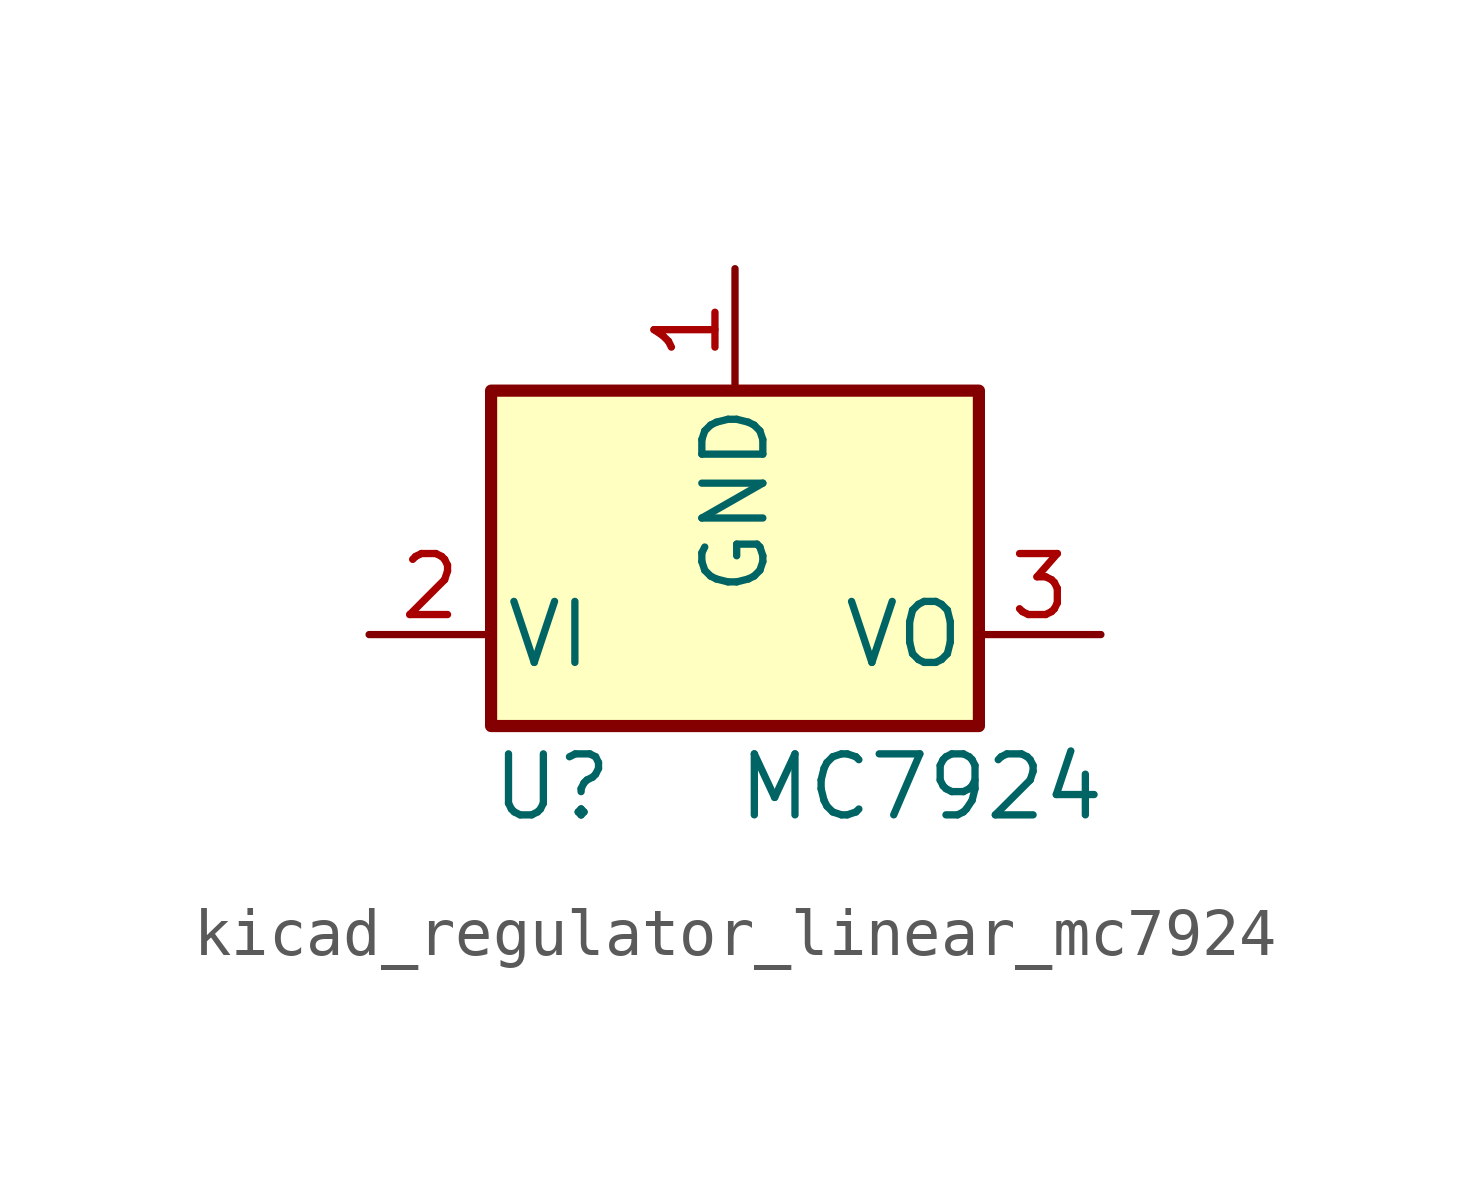
<source format=kicad_sym>
(kicad_symbol_lib
  (version 20220914)
  (generator kicad_symbol_editor)
  (symbol "kicad_regulator_linear_mc7924"
    (pin_names
      (offset 0.254))
    (property "Reference" "U"
      (at -3.81 -3.175 0)
      (effects (font (size 1.27 1.27))))
    (property "Value" "MC7924"
      (at 0 -3.175 0)
      (effects (font (size 1.27 1.27)) (justify left)))
    (symbol "kicad_regulator_linear_mc7924_0_1"
      (rectangle (start -5.08 5.08) (end 5.08 -1.905) (stroke (width 0.254) (type default)) (fill (type background))))
    (symbol "kicad_regulator_linear_mc7924_1_1"
      (pin power_in line (at 0 7.62 270) (length 2.54) (name "GND" (effects (font (size 1.27 1.27)))) (number "1" (effects (font (size 1.27 1.27)))))
      (pin power_in line (at -7.62 0 0) (length 2.54) (name "VI" (effects (font (size 1.27 1.27)))) (number "2" (effects (font (size 1.27 1.27)))))
      (pin power_out line (at 7.62 0 180) (length 2.54) (name "VO" (effects (font (size 1.27 1.27)))) (number "3" (effects (font (size 1.27 1.27))))))))
</source>
